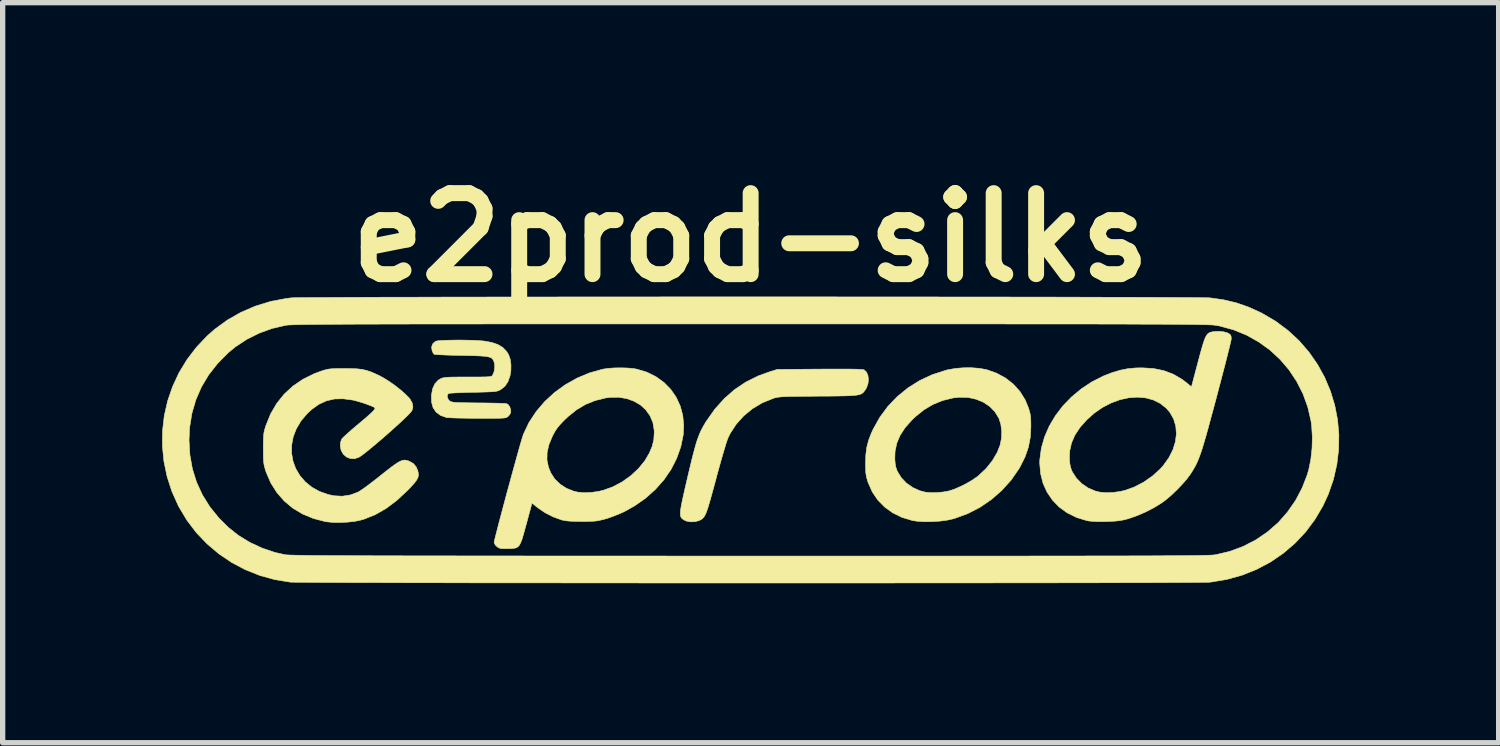
<source format=kicad_pcb>
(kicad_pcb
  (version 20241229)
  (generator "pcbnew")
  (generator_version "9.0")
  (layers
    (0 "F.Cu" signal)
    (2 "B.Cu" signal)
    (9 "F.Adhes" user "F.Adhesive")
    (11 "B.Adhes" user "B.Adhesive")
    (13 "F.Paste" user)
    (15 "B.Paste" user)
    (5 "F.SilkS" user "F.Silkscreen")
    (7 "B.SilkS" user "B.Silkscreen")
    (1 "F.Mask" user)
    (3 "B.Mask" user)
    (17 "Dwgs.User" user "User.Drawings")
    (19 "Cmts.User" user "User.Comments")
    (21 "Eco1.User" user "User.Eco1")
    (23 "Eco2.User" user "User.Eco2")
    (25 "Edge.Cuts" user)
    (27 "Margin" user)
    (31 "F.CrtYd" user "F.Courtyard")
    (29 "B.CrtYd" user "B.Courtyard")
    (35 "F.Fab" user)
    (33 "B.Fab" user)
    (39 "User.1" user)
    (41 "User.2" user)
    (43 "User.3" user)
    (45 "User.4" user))
  (footprint "e2prod-silks"
    (layer "F.Cu")
    (at 11.072 5.228)
    (property "Reference" "e2prod-silks" (at 0 -3.81 0) (layer "F.SilkS") (effects (font (size 1.524 1.524) (thickness 0.3))))
    (attr through_hole)
    (fp_poly (pts (xy 1.835 -1.335) (xy 1.952 -1.333) (xy 2.038 -1.331) (xy 2.097 -1.327) (xy 2.128 -1.323) (xy 2.133 -1.321) (xy 2.178 -1.279) (xy 2.206 -1.216) (xy 2.216 -1.139) (xy 2.207 -1.058) (xy 2.179 -0.981) (xy 2.161 -0.951) (xy 2.142 -0.924) (xy 2.123 -0.9) (xy 2.103 -0.881) (xy 2.077 -0.866) (xy 2.043 -0.854) (xy 1.998 -0.845) (xy 1.938 -0.838) (xy 1.861 -0.833) (xy 1.763 -0.83) (xy 1.641 -0.828) (xy 1.492 -0.826) (xy 1.313 -0.825) (xy 1.27 -0.825) (xy 1.092 -0.823) (xy 0.945 -0.822) (xy 0.825 -0.82) (xy 0.728 -0.819) (xy 0.651 -0.816) (xy 0.591 -0.813) (xy 0.544 -0.809) (xy 0.506 -0.804) (xy 0.475 -0.798) (xy 0.446 -0.79) (xy 0.417 -0.781) (xy 0.415 -0.78) (xy 0.215 -0.698) (xy 0.032 -0.588) (xy -0.131 -0.454) (xy -0.271 -0.298) (xy -0.385 -0.123) (xy -0.423 -0.046) (xy -0.438 -0.007) (xy -0.461 0.061) (xy -0.489 0.154) (xy -0.523 0.267) (xy -0.56 0.395) (xy -0.599 0.536) (xy -0.64 0.684) (xy -0.651 0.728) (xy -0.698 0.902) (xy -0.738 1.046) (xy -0.771 1.164) (xy -0.799 1.259) (xy -0.824 1.332) (xy -0.846 1.389) (xy -0.867 1.43) (xy -0.889 1.46) (xy -0.911 1.482) (xy -0.936 1.499) (xy -0.966 1.513) (xy -0.977 1.518) (xy -1.052 1.537) (xy -1.135 1.539) (xy -1.211 1.524) (xy -1.247 1.508) (xy -1.273 1.491) (xy -1.295 1.474) (xy -1.31 1.453) (xy -1.32 1.425) (xy -1.323 1.388) (xy -1.321 1.337) (xy -1.311 1.27) (xy -1.295 1.185) (xy -1.272 1.076) (xy -1.242 0.943) (xy -1.205 0.781) (xy -1.187 0.704) (xy -1.142 0.515) (xy -1.104 0.356) (xy -1.069 0.222) (xy -1.039 0.11) (xy -1.01 0.015) (xy -0.981 -0.065) (xy -0.953 -0.136) (xy -0.922 -0.201) (xy -0.888 -0.264) (xy -0.85 -0.328) (xy -0.837 -0.349) (xy -0.676 -0.578) (xy -0.498 -0.777) (xy -0.303 -0.948) (xy -0.09 -1.091) (xy 0.142 -1.206) (xy 0.349 -1.281) (xy 0.5 -1.328) (xy 1.299 -1.334) (xy 1.51 -1.335) (xy 1.689 -1.335) (xy 1.835 -1.335)) (stroke (width 0.01) (type solid)) (fill yes) (layer "F.SilkS"))
    (fp_poly (pts (xy 4.305 -1.348) (xy 4.433 -1.325) (xy 4.439 -1.324) (xy 4.626 -1.258) (xy 4.795 -1.166) (xy 4.942 -1.051) (xy 5.066 -0.913) (xy 5.164 -0.756) (xy 5.226 -0.605) (xy 5.246 -0.539) (xy 5.26 -0.481) (xy 5.267 -0.42) (xy 5.271 -0.346) (xy 5.272 -0.254) (xy 5.261 -0.054) (xy 5.226 0.133) (xy 5.164 0.313) (xy 5.073 0.496) (xy 5.046 0.543) (xy 4.899 0.755) (xy 4.726 0.947) (xy 4.53 1.118) (xy 4.316 1.265) (xy 4.085 1.384) (xy 3.842 1.473) (xy 3.809 1.483) (xy 3.694 1.508) (xy 3.559 1.526) (xy 3.417 1.535) (xy 3.276 1.537) (xy 3.147 1.53) (xy 3.042 1.514) (xy 2.848 1.456) (xy 2.674 1.371) (xy 2.522 1.262) (xy 2.393 1.131) (xy 2.289 0.978) (xy 2.212 0.805) (xy 2.206 0.789) (xy 2.187 0.726) (xy 2.174 0.671) (xy 2.166 0.613) (xy 2.163 0.543) (xy 2.161 0.451) (xy 2.161 0.432) (xy 2.164 0.353) (xy 2.712 0.353) (xy 2.719 0.442) (xy 2.732 0.512) (xy 2.754 0.576) (xy 2.764 0.597) (xy 2.835 0.711) (xy 2.932 0.812) (xy 3.05 0.894) (xy 3.182 0.954) (xy 3.285 0.981) (xy 3.384 0.99) (xy 3.501 0.989) (xy 3.621 0.978) (xy 3.731 0.958) (xy 3.735 0.957) (xy 3.829 0.926) (xy 3.938 0.879) (xy 4.053 0.822) (xy 4.162 0.759) (xy 4.254 0.696) (xy 4.284 0.673) (xy 4.429 0.537) (xy 4.548 0.388) (xy 4.639 0.233) (xy 4.693 0.096) (xy 4.719 -0.033) (xy 4.723 -0.168) (xy 4.706 -0.299) (xy 4.67 -0.41) (xy 4.596 -0.53) (xy 4.498 -0.631) (xy 4.379 -0.711) (xy 4.242 -0.767) (xy 4.093 -0.8) (xy 3.933 -0.805) (xy 3.81 -0.792) (xy 3.611 -0.743) (xy 3.429 -0.669) (xy 3.259 -0.568) (xy 3.097 -0.437) (xy 3.031 -0.374) (xy 2.905 -0.231) (xy 2.811 -0.087) (xy 2.749 0.06) (xy 2.717 0.213) (xy 2.712 0.353) (xy 2.164 0.353) (xy 2.167 0.274) (xy 2.185 0.136) (xy 2.219 0.005) (xy 2.271 -0.13) (xy 2.304 -0.202) (xy 2.43 -0.428) (xy 2.583 -0.634) (xy 2.761 -0.819) (xy 2.96 -0.981) (xy 3.179 -1.119) (xy 3.416 -1.229) (xy 3.668 -1.311) (xy 3.708 -1.321) (xy 3.848 -1.346) (xy 4.001 -1.359) (xy 4.157 -1.36) (xy 4.305 -1.348)) (stroke (width 0.01) (type solid)) (fill yes) (layer "F.SilkS"))
    (fp_poly (pts (xy 8.891 -2.037) (xy 8.963 -2.019) (xy 9.015 -1.99) (xy 9.029 -1.974) (xy 9.039 -1.945) (xy 9.042 -1.905) (xy 9.038 -1.88) (xy 9.026 -1.825) (xy 9.006 -1.743) (xy 8.98 -1.638) (xy 8.948 -1.511) (xy 8.911 -1.366) (xy 8.869 -1.207) (xy 8.824 -1.035) (xy 8.776 -0.853) (xy 8.765 -0.81) (xy 8.704 -0.582) (xy 8.65 -0.384) (xy 8.604 -0.213) (xy 8.563 -0.066) (xy 8.526 0.059) (xy 8.494 0.165) (xy 8.464 0.255) (xy 8.436 0.331) (xy 8.41 0.397) (xy 8.383 0.455) (xy 8.355 0.508) (xy 8.325 0.56) (xy 8.293 0.611) (xy 8.269 0.648) (xy 8.202 0.738) (xy 8.114 0.838) (xy 8.014 0.942) (xy 7.909 1.042) (xy 7.806 1.129) (xy 7.734 1.182) (xy 7.595 1.268) (xy 7.438 1.35) (xy 7.275 1.421) (xy 7.121 1.475) (xy 7.095 1.483) (xy 7.021 1.502) (xy 6.952 1.515) (xy 6.878 1.524) (xy 6.791 1.53) (xy 6.68 1.534) (xy 6.546 1.535) (xy 6.441 1.531) (xy 6.359 1.523) (xy 6.32 1.515) (xy 6.128 1.456) (xy 5.955 1.37) (xy 5.804 1.261) (xy 5.678 1.131) (xy 5.576 0.981) (xy 5.501 0.815) (xy 5.455 0.633) (xy 5.438 0.439) (xy 5.44 0.366) (xy 5.442 0.354) (xy 5.997 0.354) (xy 6.004 0.44) (xy 6.016 0.505) (xy 6.036 0.565) (xy 6.053 0.602) (xy 6.129 0.719) (xy 6.23 0.821) (xy 6.35 0.903) (xy 6.484 0.96) (xy 6.57 0.981) (xy 6.685 0.991) (xy 6.817 0.987) (xy 6.953 0.968) (xy 7.044 0.947) (xy 7.223 0.882) (xy 7.398 0.79) (xy 7.562 0.675) (xy 7.706 0.544) (xy 7.763 0.48) (xy 7.868 0.333) (xy 7.944 0.183) (xy 7.991 0.032) (xy 8.009 -0.116) (xy 7.998 -0.259) (xy 7.958 -0.394) (xy 7.889 -0.517) (xy 7.82 -0.598) (xy 7.705 -0.689) (xy 7.574 -0.754) (xy 7.429 -0.793) (xy 7.273 -0.806) (xy 7.111 -0.794) (xy 6.946 -0.758) (xy 6.781 -0.697) (xy 6.619 -0.613) (xy 6.463 -0.505) (xy 6.325 -0.382) (xy 6.196 -0.237) (xy 6.1 -0.092) (xy 6.036 0.056) (xy 6.002 0.208) (xy 5.997 0.354) (xy 5.442 0.354) (xy 5.469 0.152) (xy 5.529 -0.058) (xy 5.618 -0.263) (xy 5.734 -0.458) (xy 5.874 -0.642) (xy 6.038 -0.811) (xy 6.221 -0.963) (xy 6.421 -1.095) (xy 6.638 -1.205) (xy 6.803 -1.269) (xy 6.955 -1.314) (xy 7.097 -1.342) (xy 7.247 -1.356) (xy 7.366 -1.358) (xy 7.579 -1.345) (xy 7.773 -1.305) (xy 7.951 -1.238) (xy 8.115 -1.142) (xy 8.189 -1.086) (xy 8.293 -1.001) (xy 8.417 -1.47) (xy 8.457 -1.619) (xy 8.49 -1.738) (xy 8.518 -1.831) (xy 8.543 -1.902) (xy 8.567 -1.953) (xy 8.591 -1.989) (xy 8.617 -2.012) (xy 8.648 -2.026) (xy 8.684 -2.035) (xy 8.717 -2.04) (xy 8.806 -2.045) (xy 8.891 -2.037)) (stroke (width 0.01) (type solid)) (fill yes) (layer "F.SilkS"))
    (fp_poly (pts (xy -5.317 -1.878) (xy -5.209 -1.875) (xy -5.113 -1.87) (xy -5.035 -1.864) (xy -5.015 -1.862) (xy -4.871 -1.836) (xy -4.755 -1.796) (xy -4.663 -1.741) (xy -4.593 -1.669) (xy -4.553 -1.604) (xy -4.523 -1.518) (xy -4.509 -1.413) (xy -4.511 -1.301) (xy -4.528 -1.203) (xy -4.567 -1.095) (xy -4.622 -1.013) (xy -4.696 -0.953) (xy -4.713 -0.944) (xy -4.736 -0.932) (xy -4.761 -0.923) (xy -4.791 -0.916) (xy -4.832 -0.911) (xy -4.888 -0.907) (xy -4.963 -0.904) (xy -5.061 -0.901) (xy -5.188 -0.898) (xy -5.224 -0.898) (xy -5.343 -0.895) (xy -5.452 -0.891) (xy -5.546 -0.887) (xy -5.619 -0.883) (xy -5.667 -0.879) (xy -5.685 -0.875) (xy -5.706 -0.845) (xy -5.705 -0.801) (xy -5.686 -0.758) (xy -5.661 -0.733) (xy -5.644 -0.724) (xy -5.622 -0.717) (xy -5.591 -0.711) (xy -5.546 -0.707) (xy -5.483 -0.704) (xy -5.4 -0.702) (xy -5.29 -0.7) (xy -5.152 -0.698) (xy -5.123 -0.698) (xy -4.996 -0.697) (xy -4.878 -0.695) (xy -4.774 -0.693) (xy -4.689 -0.69) (xy -4.628 -0.688) (xy -4.595 -0.685) (xy -4.592 -0.685) (xy -4.557 -0.662) (xy -4.529 -0.617) (xy -4.513 -0.563) (xy -4.514 -0.516) (xy -4.535 -0.475) (xy -4.568 -0.44) (xy -4.581 -0.431) (xy -4.598 -0.423) (xy -4.621 -0.417) (xy -4.654 -0.413) (xy -4.702 -0.41) (xy -4.768 -0.409) (xy -4.855 -0.408) (xy -4.969 -0.408) (xy -5.112 -0.408) (xy -5.137 -0.408) (xy -5.271 -0.409) (xy -5.396 -0.411) (xy -5.508 -0.413) (xy -5.603 -0.416) (xy -5.675 -0.42) (xy -5.719 -0.423) (xy -5.728 -0.425) (xy -5.836 -0.464) (xy -5.918 -0.525) (xy -5.974 -0.607) (xy -6.003 -0.711) (xy -6.006 -0.835) (xy -6.005 -0.845) (xy -5.983 -0.966) (xy -5.94 -1.059) (xy -5.878 -1.126) (xy -5.843 -1.147) (xy -5.818 -1.159) (xy -5.794 -1.168) (xy -5.765 -1.174) (xy -5.727 -1.179) (xy -5.675 -1.182) (xy -5.605 -1.184) (xy -5.513 -1.185) (xy -5.393 -1.185) (xy -5.322 -1.185) (xy -5.188 -1.185) (xy -5.084 -1.186) (xy -5.006 -1.187) (xy -4.949 -1.189) (xy -4.91 -1.192) (xy -4.885 -1.197) (xy -4.869 -1.204) (xy -4.859 -1.214) (xy -4.853 -1.223) (xy -4.826 -1.289) (xy -4.814 -1.368) (xy -4.82 -1.445) (xy -4.826 -1.463) (xy -4.837 -1.495) (xy -4.852 -1.521) (xy -4.873 -1.541) (xy -4.904 -1.556) (xy -4.949 -1.568) (xy -5.011 -1.576) (xy -5.094 -1.582) (xy -5.201 -1.586) (xy -5.335 -1.589) (xy -5.444 -1.592) (xy -5.57 -1.594) (xy -5.686 -1.597) (xy -5.786 -1.601) (xy -5.867 -1.605) (xy -5.924 -1.609) (xy -5.953 -1.612) (xy -5.955 -1.613) (xy -5.973 -1.637) (xy -5.992 -1.678) (xy -5.994 -1.685) (xy -6.002 -1.753) (xy -5.979 -1.813) (xy -5.929 -1.856) (xy -5.927 -1.858) (xy -5.895 -1.865) (xy -5.836 -1.871) (xy -5.754 -1.875) (xy -5.655 -1.878) (xy -5.546 -1.88) (xy -5.431 -1.88) (xy -5.317 -1.878)) (stroke (width 0.01) (type solid)) (fill yes) (layer "F.SilkS"))
    (fp_poly (pts (xy -2.309 -1.354) (xy -2.196 -1.343) (xy -2.141 -1.333) (xy -1.951 -1.276) (xy -1.781 -1.191) (xy -1.631 -1.083) (xy -1.504 -0.954) (xy -1.401 -0.805) (xy -1.325 -0.64) (xy -1.277 -0.462) (xy -1.259 -0.272) (xy -1.268 -0.099) (xy -1.314 0.126) (xy -1.391 0.343) (xy -1.497 0.552) (xy -1.631 0.748) (xy -1.792 0.929) (xy -1.976 1.094) (xy -2.182 1.238) (xy -2.379 1.348) (xy -2.473 1.39) (xy -2.578 1.432) (xy -2.678 1.468) (xy -2.735 1.485) (xy -2.804 1.503) (xy -2.864 1.516) (xy -2.923 1.525) (xy -2.99 1.529) (xy -3.074 1.532) (xy -3.175 1.532) (xy -3.296 1.531) (xy -3.39 1.527) (xy -3.465 1.521) (xy -3.527 1.51) (xy -3.556 1.503) (xy -3.712 1.447) (xy -3.866 1.369) (xy -4.004 1.275) (xy -4.009 1.271) (xy -4.114 1.186) (xy -4.133 1.258) (xy -4.143 1.296) (xy -4.161 1.361) (xy -4.184 1.446) (xy -4.21 1.544) (xy -4.239 1.648) (xy -4.239 1.649) (xy -4.273 1.772) (xy -4.301 1.866) (xy -4.327 1.934) (xy -4.353 1.982) (xy -4.383 2.013) (xy -4.42 2.031) (xy -4.467 2.039) (xy -4.527 2.043) (xy -4.552 2.043) (xy -4.619 2.044) (xy -4.677 2.042) (xy -4.713 2.038) (xy -4.716 2.038) (xy -4.761 2.015) (xy -4.801 1.979) (xy -4.824 1.939) (xy -4.826 1.925) (xy -4.822 1.901) (xy -4.809 1.847) (xy -4.789 1.767) (xy -4.763 1.666) (xy -4.732 1.545) (xy -4.696 1.41) (xy -4.657 1.263) (xy -4.616 1.109) (xy -4.573 0.949) (xy -4.529 0.789) (xy -4.486 0.631) (xy -4.444 0.479) (xy -4.415 0.374) (xy -3.832 0.374) (xy -3.804 0.51) (xy -3.759 0.62) (xy -3.686 0.733) (xy -3.586 0.83) (xy -3.466 0.908) (xy -3.331 0.962) (xy -3.251 0.981) (xy -3.137 0.991) (xy -3.005 0.987) (xy -2.87 0.968) (xy -2.777 0.947) (xy -2.594 0.881) (xy -2.418 0.788) (xy -2.256 0.672) (xy -2.111 0.538) (xy -1.99 0.389) (xy -1.907 0.248) (xy -1.852 0.118) (xy -1.822 -0.006) (xy -1.814 -0.136) (xy -1.815 -0.187) (xy -1.839 -0.328) (xy -1.892 -0.454) (xy -1.97 -0.564) (xy -2.07 -0.657) (xy -2.19 -0.728) (xy -2.327 -0.778) (xy -2.477 -0.804) (xy -2.637 -0.803) (xy -2.726 -0.792) (xy -2.924 -0.743) (xy -3.104 -0.671) (xy -3.273 -0.571) (xy -3.435 -0.441) (xy -3.507 -0.373) (xy -3.579 -0.298) (xy -3.632 -0.235) (xy -3.676 -0.171) (xy -3.717 -0.096) (xy -3.732 -0.067) (xy -3.796 0.089) (xy -3.829 0.235) (xy -3.832 0.374) (xy -4.415 0.374) (xy -4.405 0.337) (xy -4.369 0.208) (xy -4.337 0.095) (xy -4.31 0.003) (xy -4.289 -0.066) (xy -4.276 -0.108) (xy -4.273 -0.114) (xy -4.169 -0.332) (xy -4.035 -0.535) (xy -3.875 -0.723) (xy -3.692 -0.892) (xy -3.489 -1.039) (xy -3.268 -1.164) (xy -3.034 -1.262) (xy -2.789 -1.331) (xy -2.689 -1.347) (xy -2.567 -1.356) (xy -2.437 -1.358) (xy -2.309 -1.354)) (stroke (width 0.01) (type solid)) (fill yes) (layer "F.SilkS"))
    (fp_poly (pts (xy -7.511 -1.344) (xy -7.401 -1.339) (xy -7.309 -1.328) (xy -7.225 -1.309) (xy -7.142 -1.281) (xy -7.05 -1.241) (xy -6.968 -1.202) (xy -6.879 -1.152) (xy -6.78 -1.088) (xy -6.678 -1.015) (xy -6.581 -0.938) (xy -6.496 -0.863) (xy -6.43 -0.797) (xy -6.409 -0.771) (xy -6.367 -0.696) (xy -6.354 -0.623) (xy -6.371 -0.557) (xy -6.378 -0.546) (xy -6.406 -0.511) (xy -6.457 -0.458) (xy -6.527 -0.391) (xy -6.611 -0.312) (xy -6.706 -0.226) (xy -6.807 -0.136) (xy -6.911 -0.044) (xy -7.015 0.044) (xy -7.113 0.127) (xy -7.202 0.2) (xy -7.278 0.26) (xy -7.338 0.304) (xy -7.372 0.325) (xy -7.452 0.352) (xy -7.531 0.348) (xy -7.604 0.319) (xy -7.663 0.267) (xy -7.704 0.196) (xy -7.721 0.11) (xy -7.721 0.102) (xy -7.714 0.038) (xy -7.695 -0.014) (xy -7.692 -0.02) (xy -7.67 -0.044) (xy -7.626 -0.086) (xy -7.565 -0.141) (xy -7.492 -0.205) (xy -7.412 -0.273) (xy -7.408 -0.276) (xy -7.297 -0.369) (xy -7.211 -0.443) (xy -7.146 -0.501) (xy -7.102 -0.544) (xy -7.077 -0.575) (xy -7.067 -0.595) (xy -7.071 -0.608) (xy -7.1 -0.625) (xy -7.155 -0.648) (xy -7.226 -0.675) (xy -7.306 -0.702) (xy -7.386 -0.726) (xy -7.46 -0.746) (xy -7.488 -0.752) (xy -7.667 -0.776) (xy -7.831 -0.772) (xy -7.982 -0.737) (xy -8.125 -0.671) (xy -8.261 -0.573) (xy -8.34 -0.5) (xy -8.459 -0.36) (xy -8.547 -0.212) (xy -8.606 -0.059) (xy -8.635 0.095) (xy -8.636 0.249) (xy -8.61 0.397) (xy -8.558 0.539) (xy -8.48 0.67) (xy -8.379 0.787) (xy -8.255 0.888) (xy -8.109 0.969) (xy -7.942 1.027) (xy -7.834 1.049) (xy -7.683 1.057) (xy -7.532 1.034) (xy -7.391 0.982) (xy -7.349 0.957) (xy -7.286 0.915) (xy -7.207 0.858) (xy -7.118 0.79) (xy -7.022 0.716) (xy -6.965 0.67) (xy -6.849 0.578) (xy -6.756 0.506) (xy -6.681 0.452) (xy -6.621 0.414) (xy -6.572 0.39) (xy -6.53 0.379) (xy -6.492 0.379) (xy -6.453 0.388) (xy -6.427 0.397) (xy -6.347 0.441) (xy -6.292 0.506) (xy -6.263 0.576) (xy -6.252 0.625) (xy -6.25 0.669) (xy -6.262 0.712) (xy -6.289 0.761) (xy -6.334 0.819) (xy -6.4 0.891) (xy -6.456 0.949) (xy -6.654 1.134) (xy -6.856 1.286) (xy -7.06 1.403) (xy -7.268 1.487) (xy -7.341 1.508) (xy -7.453 1.531) (xy -7.586 1.545) (xy -7.726 1.552) (xy -7.861 1.55) (xy -7.979 1.538) (xy -8.004 1.534) (xy -8.227 1.476) (xy -8.431 1.391) (xy -8.615 1.281) (xy -8.776 1.146) (xy -8.913 0.989) (xy -9.027 0.809) (xy -9.114 0.608) (xy -9.13 0.559) (xy -9.145 0.506) (xy -9.156 0.458) (xy -9.163 0.405) (xy -9.167 0.34) (xy -9.168 0.257) (xy -9.169 0.152) (xy -9.168 0.046) (xy -9.166 -0.034) (xy -9.162 -0.096) (xy -9.155 -0.147) (xy -9.143 -0.195) (xy -9.128 -0.248) (xy -9.12 -0.271) (xy -9.031 -0.491) (xy -8.916 -0.688) (xy -8.776 -0.863) (xy -8.612 -1.014) (xy -8.423 -1.143) (xy -8.21 -1.248) (xy -8.077 -1.297) (xy -8.022 -1.315) (xy -7.974 -1.327) (xy -7.926 -1.336) (xy -7.871 -1.341) (xy -7.801 -1.344) (xy -7.708 -1.345) (xy -7.645 -1.345) (xy -7.511 -1.344)) (stroke (width 0.01) (type solid)) (fill yes) (layer "F.SilkS"))
    (fp_poly (pts (xy 0.426 -2.693) (xy 0.896 -2.693) (xy 1.364 -2.693) (xy 1.829 -2.692) (xy 2.288 -2.692) (xy 2.742 -2.692) (xy 3.188 -2.692) (xy 3.625 -2.691) (xy 4.053 -2.691) (xy 4.469 -2.69) (xy 4.873 -2.69) (xy 5.263 -2.689) (xy 5.639 -2.689) (xy 5.998 -2.688) (xy 6.34 -2.687) (xy 6.664 -2.686) (xy 6.967 -2.686) (xy 7.25 -2.685) (xy 7.51 -2.684) (xy 7.746 -2.683) (xy 7.958 -2.682) (xy 8.144 -2.681) (xy 8.302 -2.68) (xy 8.431 -2.679) (xy 8.531 -2.677) (xy 8.599 -2.676) (xy 8.635 -2.675) (xy 8.638 -2.675) (xy 8.897 -2.638) (xy 9.137 -2.581) (xy 9.368 -2.501) (xy 9.602 -2.394) (xy 9.62 -2.385) (xy 9.876 -2.235) (xy 10.108 -2.062) (xy 10.318 -1.868) (xy 10.503 -1.654) (xy 10.663 -1.424) (xy 10.798 -1.18) (xy 10.906 -0.924) (xy 10.988 -0.657) (xy 11.041 -0.384) (xy 11.066 -0.105) (xy 11.062 0.177) (xy 11.028 0.46) (xy 10.964 0.741) (xy 10.868 1.018) (xy 10.767 1.238) (xy 10.616 1.494) (xy 10.441 1.729) (xy 10.241 1.942) (xy 10.02 2.131) (xy 9.78 2.295) (xy 9.522 2.432) (xy 9.248 2.542) (xy 8.961 2.622) (xy 8.663 2.672) (xy 8.636 2.675) (xy 8.608 2.676) (xy 8.548 2.677) (xy 8.456 2.678) (xy 8.334 2.679) (xy 8.184 2.68) (xy 8.005 2.681) (xy 7.801 2.682) (xy 7.571 2.683) (xy 7.317 2.684) (xy 7.041 2.684) (xy 6.743 2.685) (xy 6.425 2.686) (xy 6.088 2.686) (xy 5.733 2.687) (xy 5.362 2.687) (xy 4.976 2.688) (xy 4.576 2.688) (xy 4.163 2.689) (xy 3.739 2.689) (xy 3.304 2.689) (xy 2.861 2.689) (xy 2.409 2.69) (xy 1.952 2.69) (xy 1.489 2.69) (xy 1.022 2.69) (xy 0.552 2.69) (xy 0.081 2.69) (xy -0.39 2.69) (xy -0.86 2.69) (xy -1.329 2.69) (xy -1.793 2.69) (xy -2.253 2.689) (xy -2.707 2.689) (xy -3.154 2.689) (xy -3.592 2.688) (xy -4.02 2.688) (xy -4.438 2.688) (xy -4.843 2.687) (xy -5.235 2.687) (xy -5.612 2.686) (xy -5.973 2.685) (xy -6.318 2.685) (xy -6.643 2.684) (xy -6.949 2.683) (xy -7.234 2.683) (xy -7.497 2.682) (xy -7.737 2.681) (xy -7.951 2.68) (xy -8.14 2.679) (xy -8.302 2.678) (xy -8.435 2.677) (xy -8.539 2.676) (xy -8.612 2.675) (xy -8.653 2.674) (xy -8.66 2.674) (xy -8.953 2.626) (xy -9.236 2.548) (xy -9.508 2.439) (xy -9.765 2.303) (xy -10.006 2.14) (xy -10.228 1.952) (xy -10.429 1.742) (xy -10.606 1.509) (xy -10.757 1.257) (xy -10.767 1.238) (xy -10.89 0.963) (xy -10.98 0.682) (xy -11.039 0.397) (xy -11.067 0.11) (xy -11.066 0) (xy -10.566 0) (xy -10.55 0.277) (xy -10.503 0.541) (xy -10.424 0.794) (xy -10.314 1.033) (xy -10.172 1.26) (xy -10 1.472) (xy -9.831 1.64) (xy -9.639 1.793) (xy -9.424 1.925) (xy -9.192 2.033) (xy -8.949 2.115) (xy -8.763 2.157) (xy -8.749 2.159) (xy -8.729 2.161) (xy -8.7 2.162) (xy -8.663 2.164) (xy -8.616 2.165) (xy -8.56 2.167) (xy -8.492 2.168) (xy -8.412 2.169) (xy -8.319 2.171) (xy -8.213 2.172) (xy -8.092 2.173) (xy -7.955 2.174) (xy -7.803 2.175) (xy -7.634 2.175) (xy -7.446 2.176) (xy -7.24 2.177) (xy -7.015 2.178) (xy -6.769 2.178) (xy -6.502 2.179) (xy -6.213 2.179) (xy -5.901 2.18) (xy -5.565 2.18) (xy -5.205 2.181) (xy -4.819 2.181) (xy -4.407 2.181) (xy -3.968 2.182) (xy -3.501 2.182) (xy -3.006 2.182) (xy -2.48 2.182) (xy -1.924 2.182) (xy -1.337 2.183) (xy -0.718 2.183) (xy -0.066 2.183) (xy -0.015 2.183) (xy 0.636 2.183) (xy 1.253 2.183) (xy 1.839 2.183) (xy 2.393 2.183) (xy 2.917 2.183) (xy 3.411 2.183) (xy 3.876 2.183) (xy 4.314 2.183) (xy 4.725 2.183) (xy 5.109 2.183) (xy 5.468 2.182) (xy 5.803 2.182) (xy 6.115 2.182) (xy 6.403 2.181) (xy 6.67 2.181) (xy 6.916 2.181) (xy 7.142 2.18) (xy 7.349 2.179) (xy 7.537 2.179) (xy 7.708 2.178) (xy 7.862 2.177) (xy 8 2.176) (xy 8.123 2.175) (xy 8.233 2.174) (xy 8.329 2.173) (xy 8.413 2.172) (xy 8.485 2.171) (xy 8.547 2.169) (xy 8.599 2.168) (xy 8.642 2.166) (xy 8.677 2.165) (xy 8.705 2.163) (xy 8.726 2.161) (xy 8.742 2.159) (xy 8.748 2.158) (xy 9.011 2.096) (xy 9.263 2.003) (xy 9.502 1.88) (xy 9.724 1.729) (xy 9.926 1.552) (xy 9.93 1.548) (xy 10.101 1.353) (xy 10.251 1.137) (xy 10.374 0.904) (xy 10.469 0.661) (xy 10.501 0.55) (xy 10.539 0.362) (xy 10.561 0.156) (xy 10.567 -0.053) (xy 10.555 -0.253) (xy 10.542 -0.357) (xy 10.481 -0.62) (xy 10.391 -0.869) (xy 10.272 -1.103) (xy 10.128 -1.32) (xy 9.959 -1.517) (xy 9.769 -1.693) (xy 9.558 -1.845) (xy 9.33 -1.973) (xy 9.085 -2.073) (xy 8.826 -2.144) (xy 8.748 -2.158) (xy 8.734 -2.16) (xy 8.715 -2.162) (xy 8.69 -2.164) (xy 8.658 -2.166) (xy 8.619 -2.167) (xy 8.571 -2.169) (xy 8.514 -2.17) (xy 8.446 -2.171) (xy 8.367 -2.173) (xy 8.277 -2.174) (xy 8.173 -2.175) (xy 8.056 -2.176) (xy 7.924 -2.177) (xy 7.777 -2.178) (xy 7.613 -2.179) (xy 7.432 -2.179) (xy 7.234 -2.18) (xy 7.016 -2.181) (xy 6.779 -2.181) (xy 6.521 -2.182) (xy 6.242 -2.182) (xy 5.94 -2.182) (xy 5.615 -2.183) (xy 5.266 -2.183) (xy 4.892 -2.183) (xy 4.493 -2.184) (xy 4.067 -2.184) (xy 3.613 -2.184) (xy 3.131 -2.184) (xy 2.62 -2.184) (xy 2.078 -2.184) (xy 1.506 -2.184) (xy 0.902 -2.184) (xy 0.265 -2.184) (xy 0 -2.184) (xy -0.65 -2.184) (xy -1.267 -2.184) (xy -1.852 -2.184) (xy -2.406 -2.184) (xy -2.929 -2.184) (xy -3.423 -2.184) (xy -3.888 -2.184) (xy -4.325 -2.184) (xy -4.735 -2.184) (xy -5.119 -2.183) (xy -5.478 -2.183) (xy -5.812 -2.183) (xy -6.123 -2.182) (xy -6.411 -2.182) (xy -6.678 -2.181) (xy -6.923 -2.181) (xy -7.149 -2.18) (xy -7.355 -2.18) (xy -7.543 -2.179) (xy -7.713 -2.178) (xy -7.867 -2.177) (xy -8.005 -2.176) (xy -8.128 -2.175) (xy -8.237 -2.174) (xy -8.332 -2.173) (xy -8.416 -2.172) (xy -8.488 -2.171) (xy -8.549 -2.169) (xy -8.601 -2.168) (xy -8.644 -2.166) (xy -8.678 -2.165) (xy -8.706 -2.163) (xy -8.727 -2.161) (xy -8.743 -2.159) (xy -8.748 -2.158) (xy -9.002 -2.099) (xy -9.247 -2.01) (xy -9.478 -1.895) (xy -9.691 -1.755) (xy -9.831 -1.64) (xy -10.029 -1.439) (xy -10.197 -1.225) (xy -10.333 -0.996) (xy -10.438 -0.755) (xy -10.512 -0.501) (xy -10.555 -0.234) (xy -10.566 0) (xy -11.066 0) (xy -11.064 -0.176) (xy -11.031 -0.459) (xy -10.968 -0.736) (xy -10.875 -1.006) (xy -10.754 -1.266) (xy -10.604 -1.513) (xy -10.427 -1.745) (xy -10.222 -1.961) (xy -10.084 -2.082) (xy -9.846 -2.256) (xy -9.59 -2.402) (xy -9.318 -2.519) (xy -9.031 -2.607) (xy -8.731 -2.664) (xy -8.636 -2.675) (xy -8.606 -2.676) (xy -8.544 -2.678) (xy -8.451 -2.679) (xy -8.327 -2.68) (xy -8.175 -2.681) (xy -7.995 -2.682) (xy -7.788 -2.683) (xy -7.557 -2.684) (xy -7.301 -2.685) (xy -7.023 -2.686) (xy -6.724 -2.687) (xy -6.404 -2.687) (xy -6.065 -2.688) (xy -5.709 -2.689) (xy -5.337 -2.689) (xy -4.949 -2.69) (xy -4.548 -2.69) (xy -4.134 -2.691) (xy -3.709 -2.691) (xy -3.273 -2.692) (xy -2.829 -2.692) (xy -2.377 -2.692) (xy -1.918 -2.692) (xy -1.455 -2.693) (xy -0.987 -2.693) (xy -0.517 -2.693) (xy -0.046 -2.693) (xy 0.426 -2.693)) (stroke (width 0.01) (type solid)) (fill yes) (layer "F.SilkS")))
  (gr_rect
    (start -3 -3)
    (end 25.144 10.923)
    (stroke (width 0.1) (type default))
    (fill no)
    (layer "Edge.Cuts")))
</source>
